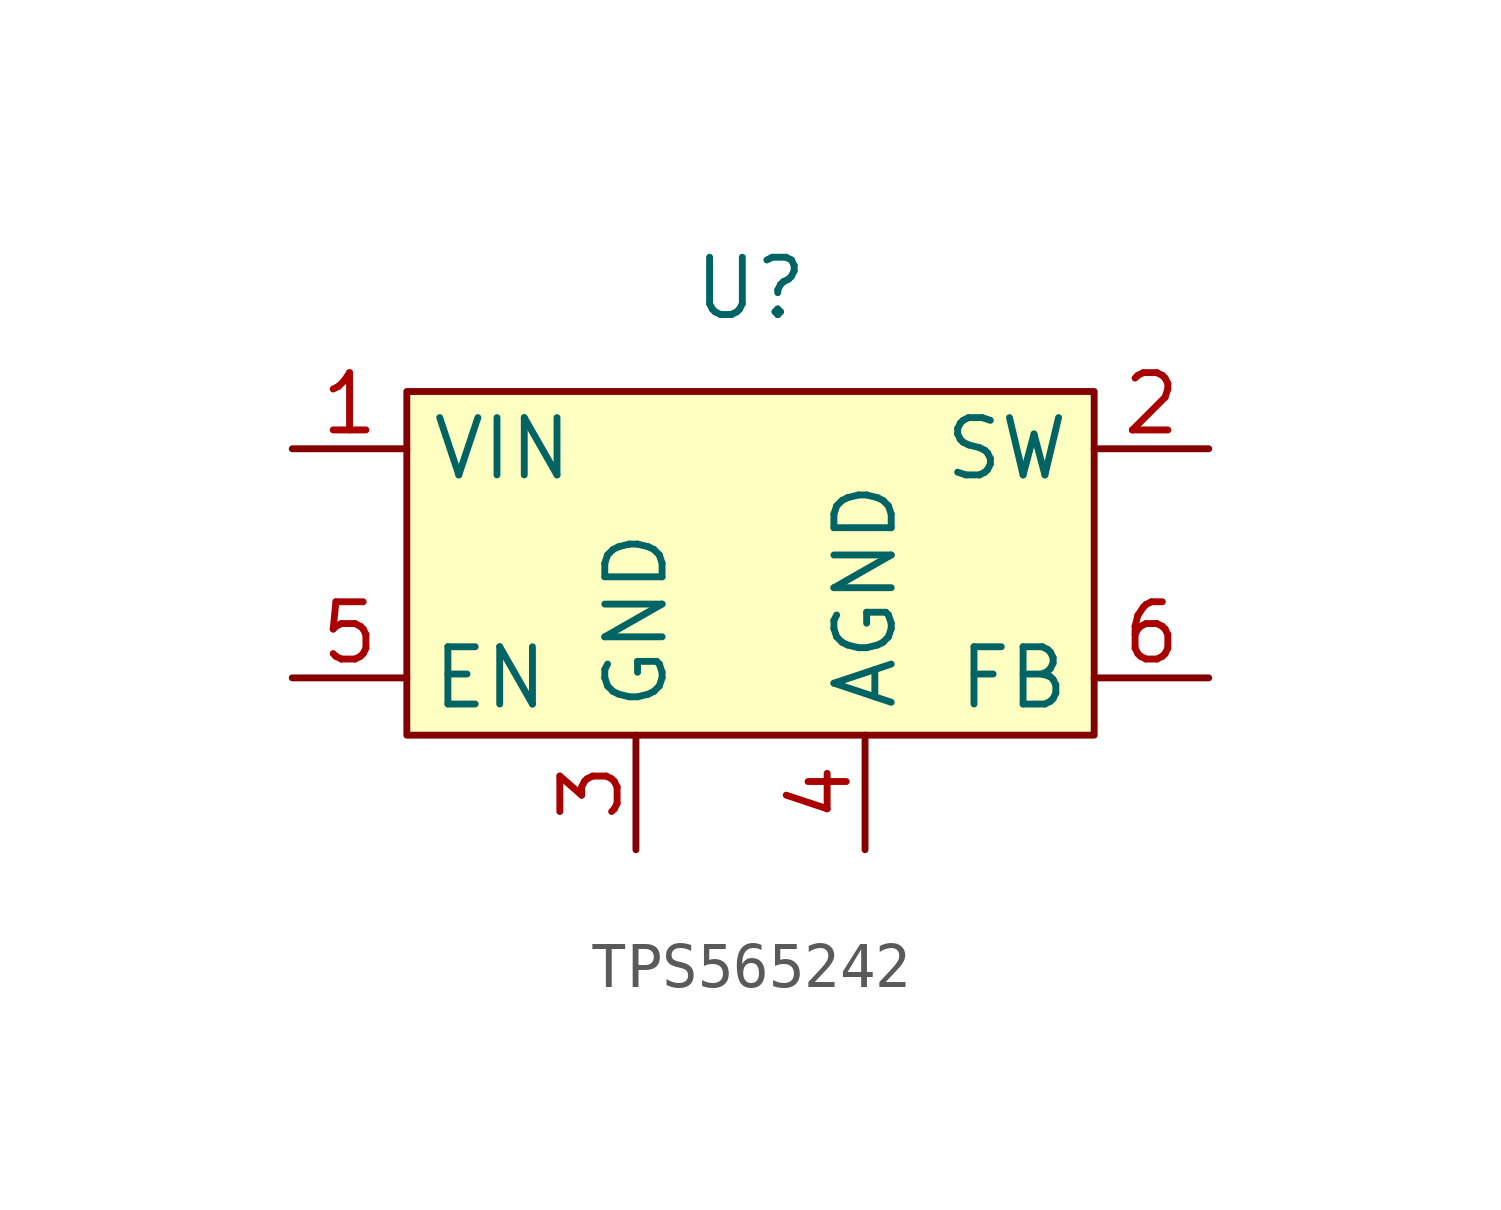
<source format=kicad_sym>
(kicad_symbol_lib
  (version 20241209)
  (generator "kicad_symbol_editor")
  (generator_version "9.0")
  (symbol "TPS565242"
    (property "Reference" "U"
      (at 0 3.556 0)
      (effects (font (size 1.27 1.27))))
    (property "Value" ""
      (at 0 0 0)
      (effects (font (size 1.27 1.27))))
    (symbol "TPS565242_0_1"
      (rectangle (start -7.62 1.27) (end 7.62 -6.35) (stroke (width 0) (type default)) (fill (type background))))
    (symbol "TPS565242_1_1"
      (pin power_in line (at -10.16 0 0) (length 2.54) (name "VIN" (effects (font (size 1.27 1.27)))) (number "1" (effects (font (size 1.27 1.27)))))
      (pin input line (at -10.16 -5.08 0) (length 2.54) (name "EN" (effects (font (size 1.27 1.27)))) (number "5" (effects (font (size 1.27 1.27)))))
      (pin power_in line (at -2.54 -8.89 90) (length 2.54) (name "GND" (effects (font (size 1.27 1.27)))) (number "3" (effects (font (size 1.27 1.27)))))
      (pin power_in line (at 2.54 -8.89 90) (length 2.54) (name "AGND" (effects (font (size 1.27 1.27)))) (number "4" (effects (font (size 1.27 1.27)))))
      (pin power_out line (at 10.16 0 180) (length 2.54) (name "SW" (effects (font (size 1.27 1.27)))) (number "2" (effects (font (size 1.27 1.27)))))
      (pin input line (at 10.16 -5.08 180) (length 2.54) (name "FB" (effects (font (size 1.27 1.27)))) (number "6" (effects (font (size 1.27 1.27))))))))
</source>
